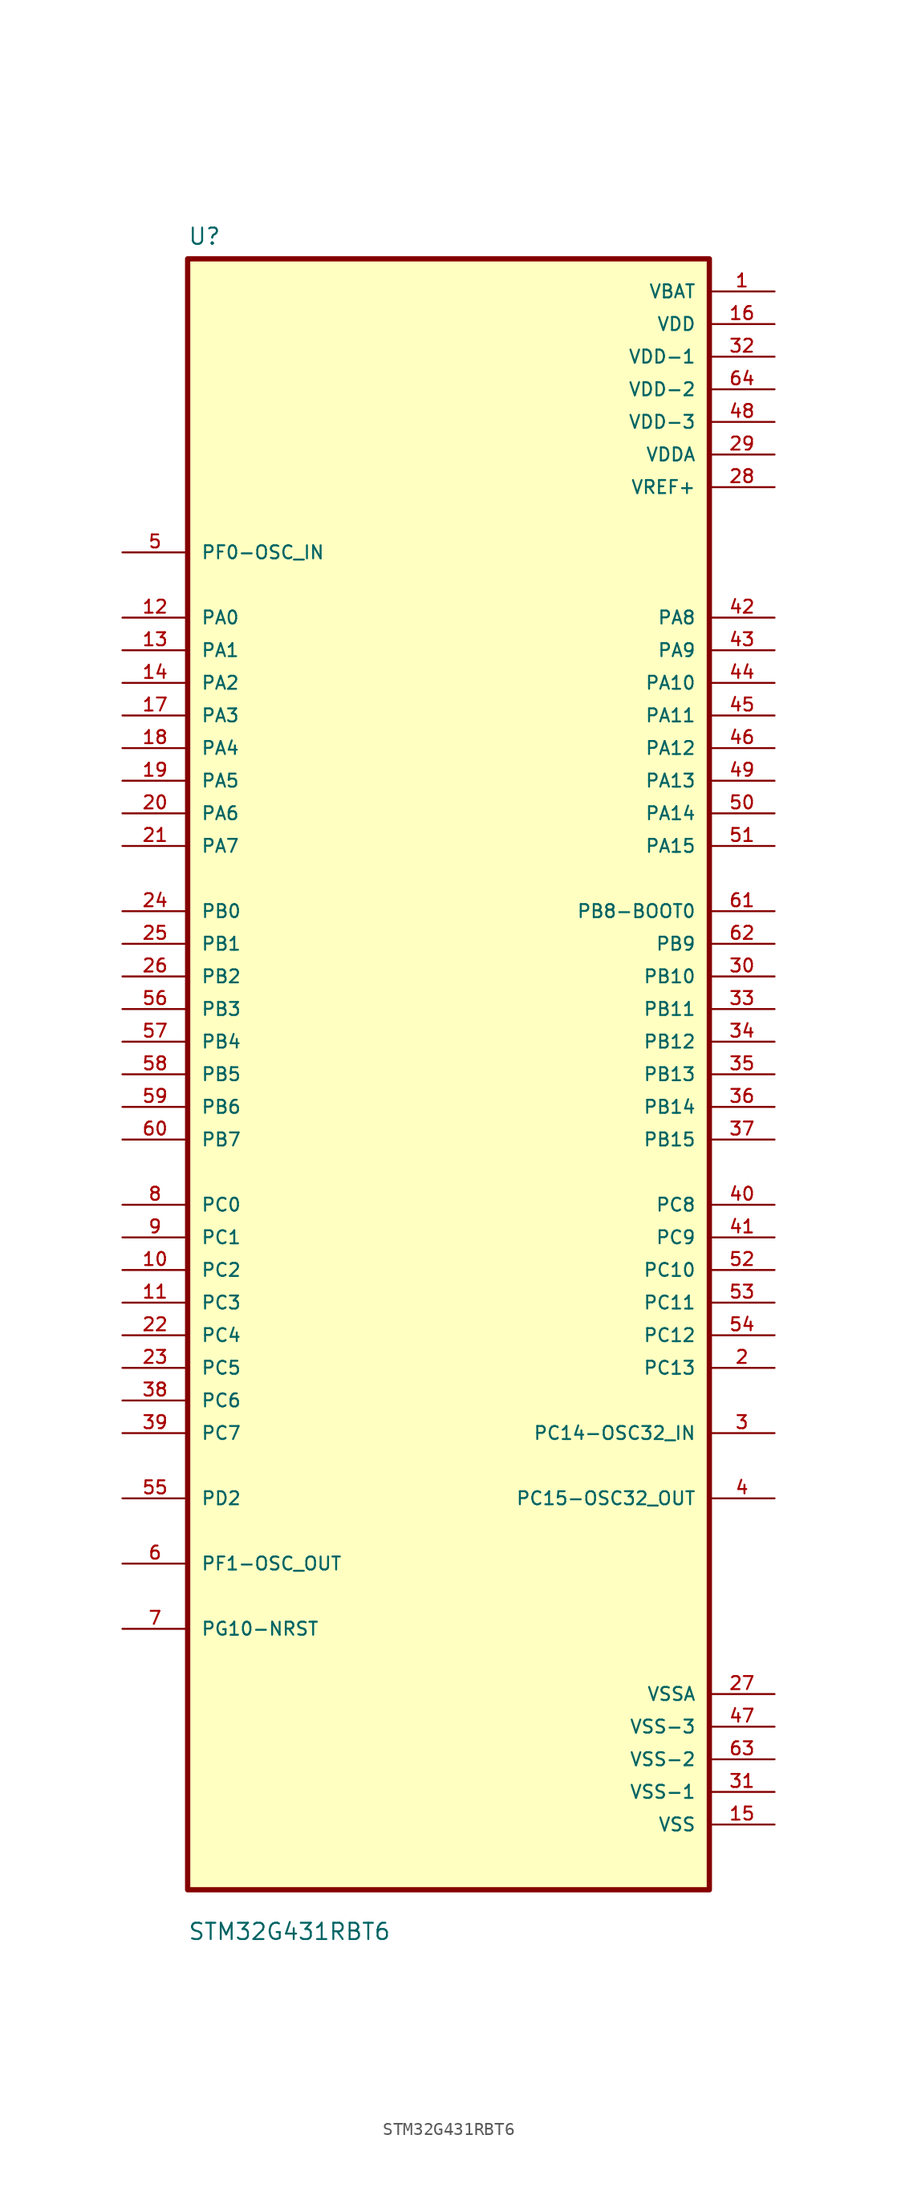
<source format=kicad_sym>
(kicad_symbol_lib
  (version 20220914)
  (generator kicad_symbol_editor)
  (symbol "STM32G431RBT6"
    (pin_names
      (offset 1.016))
    (property "Reference" "U"
      (at -20.32 64.5 0)
      (effects (font (size 1.27 1.27)) (justify left bottom)))
    (property "Value" "STM32G431RBT6"
      (at -20.32 -67.5 0)
      (effects (font (size 1.27 1.27)) (justify left bottom)))
    (symbol "STM32G431RBT6_0_0"
      (rectangle (start -20.32 -63.5) (end 20.32 63.5) (stroke (width 0.41) (type default)) (fill (type background)))
      (pin power_in line (at 25.4 60.96 180) (length 5.08) (name "VBAT" (effects (font (size 1.016 1.016)))) (number "1" (effects (font (size 1.016 1.016)))))
      (pin bidirectional line (at -25.4 -15.24 0) (length 5.08) (name "PC2" (effects (font (size 1.016 1.016)))) (number "10" (effects (font (size 1.016 1.016)))))
      (pin bidirectional line (at -25.4 -17.78 0) (length 5.08) (name "PC3" (effects (font (size 1.016 1.016)))) (number "11" (effects (font (size 1.016 1.016)))))
      (pin bidirectional line (at -25.4 35.56 0) (length 5.08) (name "PA0" (effects (font (size 1.016 1.016)))) (number "12" (effects (font (size 1.016 1.016)))))
      (pin bidirectional line (at -25.4 33.02 0) (length 5.08) (name "PA1" (effects (font (size 1.016 1.016)))) (number "13" (effects (font (size 1.016 1.016)))))
      (pin bidirectional line (at -25.4 30.48 0) (length 5.08) (name "PA2" (effects (font (size 1.016 1.016)))) (number "14" (effects (font (size 1.016 1.016)))))
      (pin power_in line (at 25.4 -58.42 180) (length 5.08) (name "VSS" (effects (font (size 1.016 1.016)))) (number "15" (effects (font (size 1.016 1.016)))))
      (pin power_in line (at 25.4 58.42 180) (length 5.08) (name "VDD" (effects (font (size 1.016 1.016)))) (number "16" (effects (font (size 1.016 1.016)))))
      (pin bidirectional line (at -25.4 27.94 0) (length 5.08) (name "PA3" (effects (font (size 1.016 1.016)))) (number "17" (effects (font (size 1.016 1.016)))))
      (pin bidirectional line (at -25.4 25.4 0) (length 5.08) (name "PA4" (effects (font (size 1.016 1.016)))) (number "18" (effects (font (size 1.016 1.016)))))
      (pin bidirectional line (at -25.4 22.86 0) (length 5.08) (name "PA5" (effects (font (size 1.016 1.016)))) (number "19" (effects (font (size 1.016 1.016)))))
      (pin bidirectional line (at 25.4 -22.86 180) (length 5.08) (name "PC13" (effects (font (size 1.016 1.016)))) (number "2" (effects (font (size 1.016 1.016)))))
      (pin bidirectional line (at -25.4 20.32 0) (length 5.08) (name "PA6" (effects (font (size 1.016 1.016)))) (number "20" (effects (font (size 1.016 1.016)))))
      (pin bidirectional line (at -25.4 17.78 0) (length 5.08) (name "PA7" (effects (font (size 1.016 1.016)))) (number "21" (effects (font (size 1.016 1.016)))))
      (pin bidirectional line (at -25.4 -20.32 0) (length 5.08) (name "PC4" (effects (font (size 1.016 1.016)))) (number "22" (effects (font (size 1.016 1.016)))))
      (pin bidirectional line (at -25.4 -22.86 0) (length 5.08) (name "PC5" (effects (font (size 1.016 1.016)))) (number "23" (effects (font (size 1.016 1.016)))))
      (pin bidirectional line (at -25.4 12.7 0) (length 5.08) (name "PB0" (effects (font (size 1.016 1.016)))) (number "24" (effects (font (size 1.016 1.016)))))
      (pin bidirectional line (at -25.4 10.16 0) (length 5.08) (name "PB1" (effects (font (size 1.016 1.016)))) (number "25" (effects (font (size 1.016 1.016)))))
      (pin bidirectional line (at -25.4 7.62 0) (length 5.08) (name "PB2" (effects (font (size 1.016 1.016)))) (number "26" (effects (font (size 1.016 1.016)))))
      (pin power_in line (at 25.4 -48.26 180) (length 5.08) (name "VSSA" (effects (font (size 1.016 1.016)))) (number "27" (effects (font (size 1.016 1.016)))))
      (pin power_in line (at 25.4 45.72 180) (length 5.08) (name "VREF+" (effects (font (size 1.016 1.016)))) (number "28" (effects (font (size 1.016 1.016)))))
      (pin power_in line (at 25.4 48.26 180) (length 5.08) (name "VDDA" (effects (font (size 1.016 1.016)))) (number "29" (effects (font (size 1.016 1.016)))))
      (pin bidirectional line (at 25.4 -27.94 180) (length 5.08) (name "PC14-OSC32_IN" (effects (font (size 1.016 1.016)))) (number "3" (effects (font (size 1.016 1.016)))))
      (pin bidirectional line (at 25.4 7.62 180) (length 5.08) (name "PB10" (effects (font (size 1.016 1.016)))) (number "30" (effects (font (size 1.016 1.016)))))
      (pin power_in line (at 25.4 -55.88 180) (length 5.08) (name "VSS-1" (effects (font (size 1.016 1.016)))) (number "31" (effects (font (size 1.016 1.016)))))
      (pin power_in line (at 25.4 55.88 180) (length 5.08) (name "VDD-1" (effects (font (size 1.016 1.016)))) (number "32" (effects (font (size 1.016 1.016)))))
      (pin bidirectional line (at 25.4 5.08 180) (length 5.08) (name "PB11" (effects (font (size 1.016 1.016)))) (number "33" (effects (font (size 1.016 1.016)))))
      (pin bidirectional line (at 25.4 2.54 180) (length 5.08) (name "PB12" (effects (font (size 1.016 1.016)))) (number "34" (effects (font (size 1.016 1.016)))))
      (pin bidirectional line (at 25.4 0 180) (length 5.08) (name "PB13" (effects (font (size 1.016 1.016)))) (number "35" (effects (font (size 1.016 1.016)))))
      (pin bidirectional line (at 25.4 -2.54 180) (length 5.08) (name "PB14" (effects (font (size 1.016 1.016)))) (number "36" (effects (font (size 1.016 1.016)))))
      (pin bidirectional line (at 25.4 -5.08 180) (length 5.08) (name "PB15" (effects (font (size 1.016 1.016)))) (number "37" (effects (font (size 1.016 1.016)))))
      (pin bidirectional line (at -25.4 -25.4 0) (length 5.08) (name "PC6" (effects (font (size 1.016 1.016)))) (number "38" (effects (font (size 1.016 1.016)))))
      (pin bidirectional line (at -25.4 -27.94 0) (length 5.08) (name "PC7" (effects (font (size 1.016 1.016)))) (number "39" (effects (font (size 1.016 1.016)))))
      (pin bidirectional line (at 25.4 -33.02 180) (length 5.08) (name "PC15-OSC32_OUT" (effects (font (size 1.016 1.016)))) (number "4" (effects (font (size 1.016 1.016)))))
      (pin bidirectional line (at 25.4 -10.16 180) (length 5.08) (name "PC8" (effects (font (size 1.016 1.016)))) (number "40" (effects (font (size 1.016 1.016)))))
      (pin bidirectional line (at 25.4 -12.7 180) (length 5.08) (name "PC9" (effects (font (size 1.016 1.016)))) (number "41" (effects (font (size 1.016 1.016)))))
      (pin bidirectional line (at 25.4 35.56 180) (length 5.08) (name "PA8" (effects (font (size 1.016 1.016)))) (number "42" (effects (font (size 1.016 1.016)))))
      (pin bidirectional line (at 25.4 33.02 180) (length 5.08) (name "PA9" (effects (font (size 1.016 1.016)))) (number "43" (effects (font (size 1.016 1.016)))))
      (pin bidirectional line (at 25.4 30.48 180) (length 5.08) (name "PA10" (effects (font (size 1.016 1.016)))) (number "44" (effects (font (size 1.016 1.016)))))
      (pin bidirectional line (at 25.4 27.94 180) (length 5.08) (name "PA11" (effects (font (size 1.016 1.016)))) (number "45" (effects (font (size 1.016 1.016)))))
      (pin bidirectional line (at 25.4 25.4 180) (length 5.08) (name "PA12" (effects (font (size 1.016 1.016)))) (number "46" (effects (font (size 1.016 1.016)))))
      (pin power_in line (at 25.4 -50.8 180) (length 5.08) (name "VSS-3" (effects (font (size 1.016 1.016)))) (number "47" (effects (font (size 1.016 1.016)))))
      (pin power_in line (at 25.4 50.8 180) (length 5.08) (name "VDD-3" (effects (font (size 1.016 1.016)))) (number "48" (effects (font (size 1.016 1.016)))))
      (pin bidirectional line (at 25.4 22.86 180) (length 5.08) (name "PA13" (effects (font (size 1.016 1.016)))) (number "49" (effects (font (size 1.016 1.016)))))
      (pin input line (at -25.4 40.64 0) (length 5.08) (name "PF0-OSC_IN" (effects (font (size 1.016 1.016)))) (number "5" (effects (font (size 1.016 1.016)))))
      (pin bidirectional line (at 25.4 20.32 180) (length 5.08) (name "PA14" (effects (font (size 1.016 1.016)))) (number "50" (effects (font (size 1.016 1.016)))))
      (pin bidirectional line (at 25.4 17.78 180) (length 5.08) (name "PA15" (effects (font (size 1.016 1.016)))) (number "51" (effects (font (size 1.016 1.016)))))
      (pin bidirectional line (at 25.4 -15.24 180) (length 5.08) (name "PC10" (effects (font (size 1.016 1.016)))) (number "52" (effects (font (size 1.016 1.016)))))
      (pin bidirectional line (at 25.4 -17.78 180) (length 5.08) (name "PC11" (effects (font (size 1.016 1.016)))) (number "53" (effects (font (size 1.016 1.016)))))
      (pin bidirectional line (at 25.4 -20.32 180) (length 5.08) (name "PC12" (effects (font (size 1.016 1.016)))) (number "54" (effects (font (size 1.016 1.016)))))
      (pin bidirectional line (at -25.4 -33.02 0) (length 5.08) (name "PD2" (effects (font (size 1.016 1.016)))) (number "55" (effects (font (size 1.016 1.016)))))
      (pin bidirectional line (at -25.4 5.08 0) (length 5.08) (name "PB3" (effects (font (size 1.016 1.016)))) (number "56" (effects (font (size 1.016 1.016)))))
      (pin bidirectional line (at -25.4 2.54 0) (length 5.08) (name "PB4" (effects (font (size 1.016 1.016)))) (number "57" (effects (font (size 1.016 1.016)))))
      (pin bidirectional line (at -25.4 0 0) (length 5.08) (name "PB5" (effects (font (size 1.016 1.016)))) (number "58" (effects (font (size 1.016 1.016)))))
      (pin bidirectional line (at -25.4 -2.54 0) (length 5.08) (name "PB6" (effects (font (size 1.016 1.016)))) (number "59" (effects (font (size 1.016 1.016)))))
      (pin bidirectional line (at -25.4 -38.1 0) (length 5.08) (name "PF1-OSC_OUT" (effects (font (size 1.016 1.016)))) (number "6" (effects (font (size 1.016 1.016)))))
      (pin bidirectional line (at -25.4 -5.08 0) (length 5.08) (name "PB7" (effects (font (size 1.016 1.016)))) (number "60" (effects (font (size 1.016 1.016)))))
      (pin bidirectional line (at 25.4 12.7 180) (length 5.08) (name "PB8-BOOT0" (effects (font (size 1.016 1.016)))) (number "61" (effects (font (size 1.016 1.016)))))
      (pin bidirectional line (at 25.4 10.16 180) (length 5.08) (name "PB9" (effects (font (size 1.016 1.016)))) (number "62" (effects (font (size 1.016 1.016)))))
      (pin power_in line (at 25.4 -53.34 180) (length 5.08) (name "VSS-2" (effects (font (size 1.016 1.016)))) (number "63" (effects (font (size 1.016 1.016)))))
      (pin power_in line (at 25.4 53.34 180) (length 5.08) (name "VDD-2" (effects (font (size 1.016 1.016)))) (number "64" (effects (font (size 1.016 1.016)))))
      (pin bidirectional line (at -25.4 -43.18 0) (length 5.08) (name "PG10-NRST" (effects (font (size 1.016 1.016)))) (number "7" (effects (font (size 1.016 1.016)))))
      (pin bidirectional line (at -25.4 -10.16 0) (length 5.08) (name "PC0" (effects (font (size 1.016 1.016)))) (number "8" (effects (font (size 1.016 1.016)))))
      (pin bidirectional line (at -25.4 -12.7 0) (length 5.08) (name "PC1" (effects (font (size 1.016 1.016)))) (number "9" (effects (font (size 1.016 1.016))))))))
</source>
